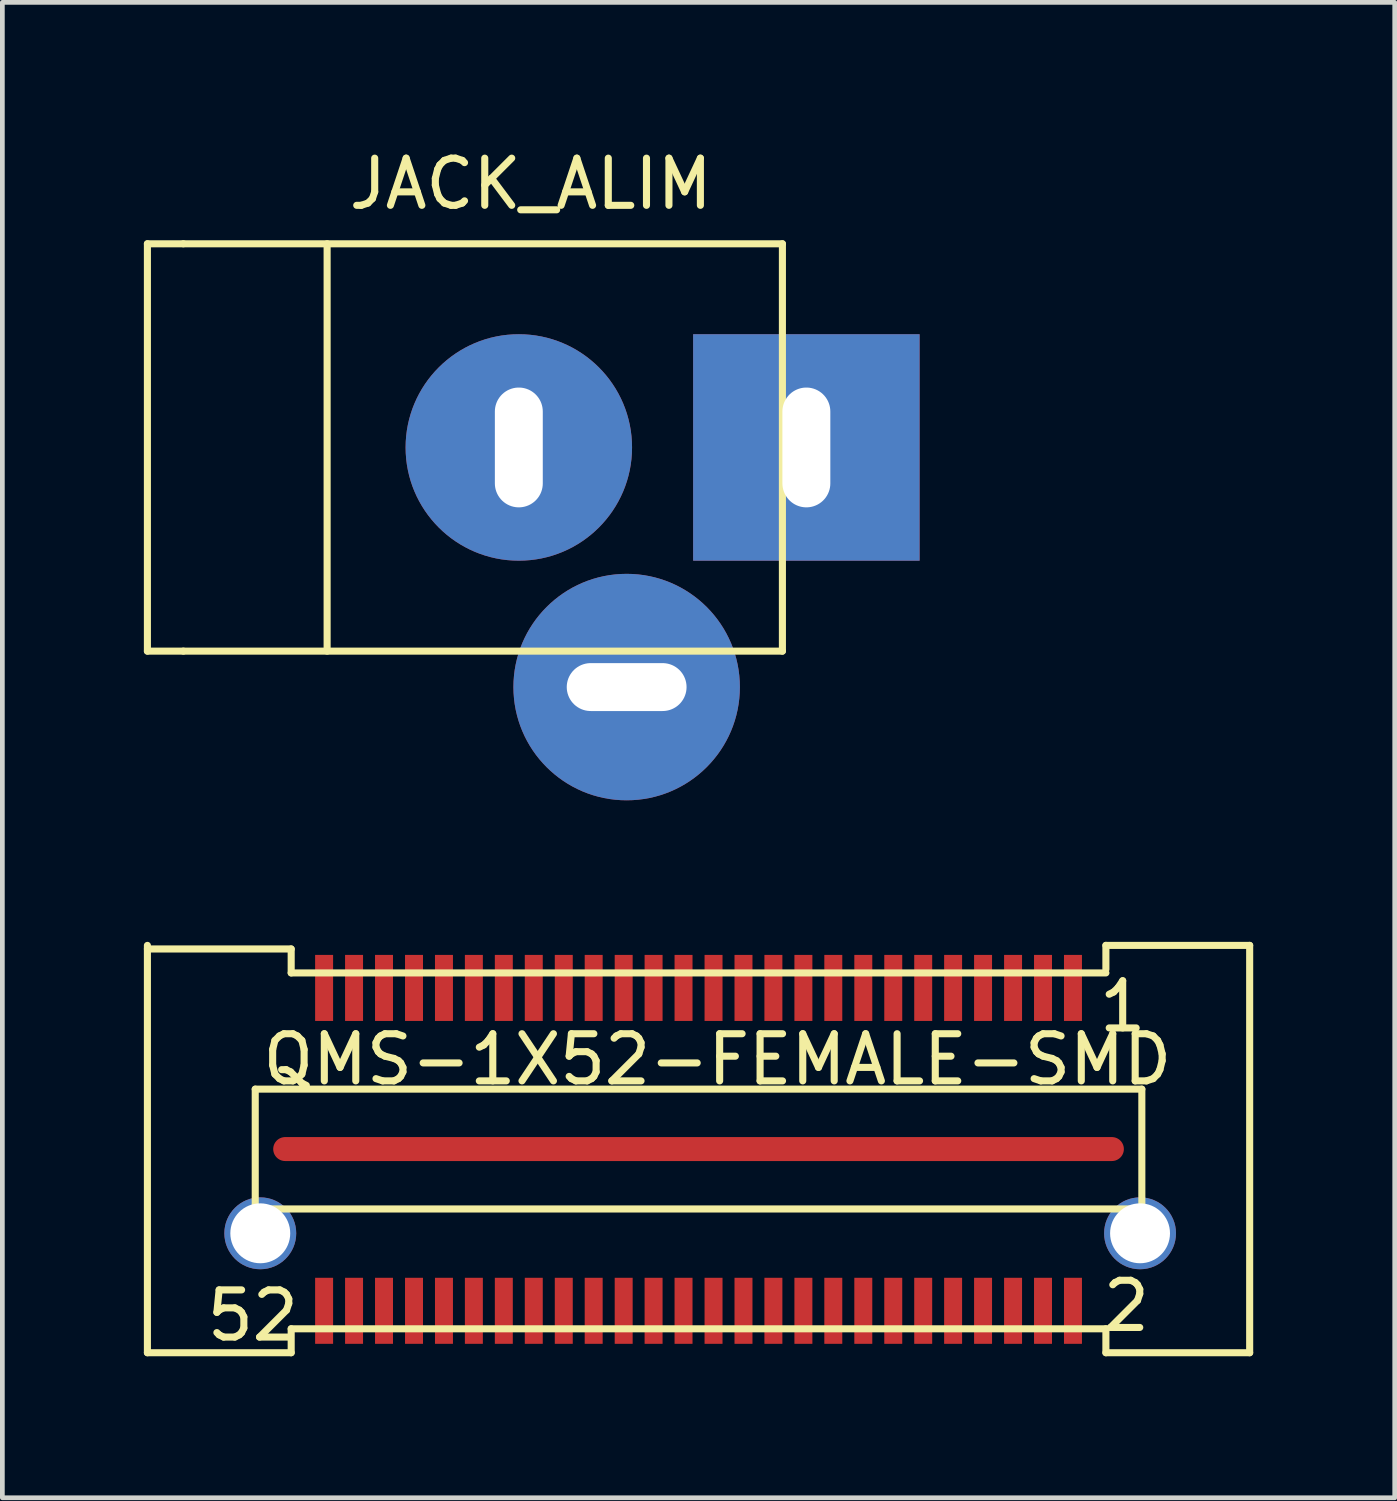
<source format=kicad_pcb>
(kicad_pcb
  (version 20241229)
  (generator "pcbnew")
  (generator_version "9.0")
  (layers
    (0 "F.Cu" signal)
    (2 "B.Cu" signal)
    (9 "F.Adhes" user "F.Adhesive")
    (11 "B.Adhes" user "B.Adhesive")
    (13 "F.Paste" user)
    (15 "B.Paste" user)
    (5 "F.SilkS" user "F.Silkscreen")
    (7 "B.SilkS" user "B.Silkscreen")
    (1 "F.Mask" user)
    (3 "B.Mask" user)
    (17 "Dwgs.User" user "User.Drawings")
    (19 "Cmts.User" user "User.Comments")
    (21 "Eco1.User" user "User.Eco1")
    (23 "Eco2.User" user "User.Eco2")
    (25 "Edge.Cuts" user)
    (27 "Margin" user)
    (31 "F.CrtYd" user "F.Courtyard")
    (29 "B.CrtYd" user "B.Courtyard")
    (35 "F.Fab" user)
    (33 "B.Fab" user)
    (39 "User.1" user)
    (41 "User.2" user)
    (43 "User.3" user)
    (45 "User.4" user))
  (footprint "QMS-1X52-FEMALE-SMD"
    (layer "F.Cu")
    (at 11.759 21.31)
    (property "Reference" "QMS-1X52-FEMALE-SMD" (at 0.4 -1.9 0) (layer "F.SilkS") (effects (font (size 1 1) (thickness 0.15))))
    (attr smd)
    (fp_line (start -11.684 -4.318) (end -11.684 4.318) (stroke (width 0.15) (type solid)) (layer "F.SilkS"))
    (fp_line (start -9.398 -1.27) (end -9.398 1.27) (stroke (width 0.15) (type solid)) (layer "F.SilkS"))
    (fp_line (start -9.398 1.27) (end 9.398 1.27) (stroke (width 0.15) (type solid)) (layer "F.SilkS"))
    (fp_line (start -8.636 -4.242) (end -11.684 -4.242) (stroke (width 0.15) (type solid)) (layer "F.SilkS"))
    (fp_line (start -8.636 -3.734) (end -8.636 -4.242) (stroke (width 0.15) (type solid)) (layer "F.SilkS"))
    (fp_line (start -8.636 3.81) (end 8.636 3.81) (stroke (width 0.15) (type solid)) (layer "F.SilkS"))
    (fp_line (start -8.636 4.318) (end -11.684 4.318) (stroke (width 0.15) (type solid)) (layer "F.SilkS"))
    (fp_line (start -8.636 4.318) (end -8.636 3.81) (stroke (width 0.15) (type solid)) (layer "F.SilkS"))
    (fp_line (start 8.636 -4.318) (end 8.636 -3.81) (stroke (width 0.15) (type solid)) (layer "F.SilkS"))
    (fp_line (start 8.636 -3.734) (end -8.636 -3.734) (stroke (width 0.15) (type solid)) (layer "F.SilkS"))
    (fp_line (start 8.636 3.81) (end 8.636 4.318) (stroke (width 0.15) (type solid)) (layer "F.SilkS"))
    (fp_line (start 8.636 4.318) (end 11.684 4.318) (stroke (width 0.15) (type solid)) (layer "F.SilkS"))
    (fp_line (start 9.398 -1.27) (end -9.398 -1.27) (stroke (width 0.15) (type solid)) (layer "F.SilkS"))
    (fp_line (start 9.398 1.27) (end 9.398 -1.27) (stroke (width 0.15) (type solid)) (layer "F.SilkS"))
    (fp_line (start 11.684 -4.318) (end 8.636 -4.318) (stroke (width 0.15) (type solid)) (layer "F.SilkS"))
    (fp_line (start 11.684 4.318) (end 11.684 -4.318) (stroke (width 0.15) (type solid)) (layer "F.SilkS"))
    (fp_text user "1" (at 8.992 -3.023 0) (layer "F.SilkS") (effects (font (size 1 1) (thickness 0.15))))
    (fp_text user "52" (at -9.449 3.531 0) (layer "F.SilkS") (effects (font (size 1 1) (thickness 0.15))))
    (fp_text user "2" (at 9.068 3.327 0) (layer "F.SilkS") (effects (font (size 1 1) (thickness 0.15))))
    (pad "" thru_hole circle (at -9.291 1.786) (size 1.524 1.524) (drill 1.27) (layers "*.Cu" "*.Mask"))
    (pad "" thru_hole circle (at 9.36 1.786) (size 1.524 1.524) (drill 1.27) (layers "*.Cu" "*.Mask"))
    (pad "1" smd rect (at 7.938 -3.416) (size 0.381 1.4) (layers "F.Cu" "F.Mask" "F.Paste"))
    (pad "2" smd rect (at 7.938 3.429) (size 0.381 1.4) (layers "F.Cu" "F.Mask" "F.Paste"))
    (pad "3" smd rect (at 7.303 -3.416) (size 0.381 1.4) (layers "F.Cu" "F.Mask" "F.Paste"))
    (pad "4" smd rect (at 7.303 3.429) (size 0.381 1.4) (layers "F.Cu" "F.Mask" "F.Paste"))
    (pad "5" smd rect (at 6.668 -3.416) (size 0.381 1.4) (layers "F.Cu" "F.Mask" "F.Paste"))
    (pad "6" smd rect (at 6.668 3.429) (size 0.381 1.4) (layers "F.Cu" "F.Mask" "F.Paste"))
    (pad "7" smd rect (at 6.032 -3.416) (size 0.381 1.4) (layers "F.Cu" "F.Mask" "F.Paste"))
    (pad "8" smd rect (at 6.032 3.429) (size 0.381 1.4) (layers "F.Cu" "F.Mask" "F.Paste"))
    (pad "9" smd rect (at 5.397 -3.416) (size 0.381 1.4) (layers "F.Cu" "F.Mask" "F.Paste"))
    (pad "10" smd rect (at 5.397 3.429) (size 0.381 1.4) (layers "F.Cu" "F.Mask" "F.Paste"))
    (pad "11" smd rect (at 4.763 -3.416) (size 0.381 1.4) (layers "F.Cu" "F.Mask" "F.Paste"))
    (pad "12" smd rect (at 4.763 3.429) (size 0.381 1.4) (layers "F.Cu" "F.Mask" "F.Paste"))
    (pad "13" smd rect (at 4.128 -3.416) (size 0.381 1.4) (layers "F.Cu" "F.Mask" "F.Paste"))
    (pad "14" smd rect (at 4.128 3.429) (size 0.381 1.4) (layers "F.Cu" "F.Mask" "F.Paste"))
    (pad "15" smd rect (at 3.493 -3.416) (size 0.381 1.4) (layers "F.Cu" "F.Mask" "F.Paste"))
    (pad "16" smd rect (at 3.493 3.429) (size 0.381 1.4) (layers "F.Cu" "F.Mask" "F.Paste"))
    (pad "17" smd rect (at 2.857 -3.416) (size 0.381 1.4) (layers "F.Cu" "F.Mask" "F.Paste"))
    (pad "18" smd rect (at 2.857 3.429) (size 0.381 1.4) (layers "F.Cu" "F.Mask" "F.Paste"))
    (pad "19" smd rect (at 2.223 -3.416) (size 0.381 1.4) (layers "F.Cu" "F.Mask" "F.Paste"))
    (pad "20" smd rect (at 2.223 3.429) (size 0.381 1.4) (layers "F.Cu" "F.Mask" "F.Paste"))
    (pad "21" smd rect (at 1.587 -3.416) (size 0.381 1.4) (layers "F.Cu" "F.Mask" "F.Paste"))
    (pad "22" smd rect (at 1.587 3.429) (size 0.381 1.4) (layers "F.Cu" "F.Mask" "F.Paste"))
    (pad "23" smd rect (at 0.953 -3.416) (size 0.381 1.4) (layers "F.Cu" "F.Mask" "F.Paste"))
    (pad "24" smd rect (at 0.953 3.429) (size 0.381 1.4) (layers "F.Cu" "F.Mask" "F.Paste"))
    (pad "25" smd rect (at 0.318 -3.416) (size 0.381 1.4) (layers "F.Cu" "F.Mask" "F.Paste"))
    (pad "26" smd rect (at 0.318 3.429) (size 0.381 1.4) (layers "F.Cu" "F.Mask" "F.Paste"))
    (pad "27" smd rect (at -0.318 -3.416) (size 0.381 1.4) (layers "F.Cu" "F.Mask" "F.Paste"))
    (pad "28" smd rect (at -0.318 3.429) (size 0.381 1.4) (layers "F.Cu" "F.Mask" "F.Paste"))
    (pad "29" smd rect (at -0.953 -3.416) (size 0.381 1.4) (layers "F.Cu" "F.Mask" "F.Paste"))
    (pad "30" smd rect (at -0.953 3.429) (size 0.381 1.4) (layers "F.Cu" "F.Mask" "F.Paste"))
    (pad "31" smd rect (at -1.587 -3.416) (size 0.381 1.4) (layers "F.Cu" "F.Mask" "F.Paste"))
    (pad "32" smd rect (at -1.587 3.429) (size 0.381 1.4) (layers "F.Cu" "F.Mask" "F.Paste"))
    (pad "33" smd rect (at -2.223 -3.416) (size 0.381 1.4) (layers "F.Cu" "F.Mask" "F.Paste"))
    (pad "34" smd rect (at -2.223 3.429) (size 0.381 1.4) (layers "F.Cu" "F.Mask" "F.Paste"))
    (pad "35" smd rect (at -2.857 -3.416) (size 0.381 1.4) (layers "F.Cu" "F.Mask" "F.Paste"))
    (pad "36" smd rect (at -2.857 3.429) (size 0.381 1.4) (layers "F.Cu" "F.Mask" "F.Paste"))
    (pad "37" smd rect (at -3.493 -3.416) (size 0.381 1.4) (layers "F.Cu" "F.Mask" "F.Paste"))
    (pad "38" smd rect (at -3.493 3.429) (size 0.381 1.4) (layers "F.Cu" "F.Mask" "F.Paste"))
    (pad "39" smd rect (at -4.128 -3.416) (size 0.381 1.4) (layers "F.Cu" "F.Mask" "F.Paste"))
    (pad "40" smd rect (at -4.128 3.429) (size 0.381 1.4) (layers "F.Cu" "F.Mask" "F.Paste"))
    (pad "41" smd rect (at -4.763 -3.416) (size 0.381 1.4) (layers "F.Cu" "F.Mask" "F.Paste"))
    (pad "42" smd rect (at -4.763 3.429) (size 0.381 1.4) (layers "F.Cu" "F.Mask" "F.Paste"))
    (pad "43" smd rect (at -5.397 -3.416) (size 0.381 1.4) (layers "F.Cu" "F.Mask" "F.Paste"))
    (pad "44" smd rect (at -5.397 3.429) (size 0.381 1.4) (layers "F.Cu" "F.Mask" "F.Paste"))
    (pad "45" smd rect (at -6.032 -3.416) (size 0.381 1.4) (layers "F.Cu" "F.Mask" "F.Paste"))
    (pad "46" smd rect (at -6.032 3.429) (size 0.381 1.4) (layers "F.Cu" "F.Mask" "F.Paste"))
    (pad "47" smd rect (at -6.668 -3.416) (size 0.381 1.4) (layers "F.Cu" "F.Mask" "F.Paste"))
    (pad "48" smd rect (at -6.668 3.429) (size 0.381 1.4) (layers "F.Cu" "F.Mask" "F.Paste"))
    (pad "49" smd rect (at -7.303 -3.416) (size 0.381 1.4) (layers "F.Cu" "F.Mask" "F.Paste"))
    (pad "50" smd rect (at -7.303 3.429) (size 0.381 1.4) (layers "F.Cu" "F.Mask" "F.Paste"))
    (pad "51" smd rect (at -7.938 -3.416) (size 0.381 1.4) (layers "F.Cu" "F.Mask" "F.Paste"))
    (pad "52" smd rect (at -7.938 3.429) (size 0.381 1.4) (layers "F.Cu" "F.Mask" "F.Paste"))
    (pad "53" smd oval (at 0 0) (size 18.034 0.508) (layers "F.Cu" "F.Mask" "F.Paste")))
  (footprint "JACK_ALIM"
    (layer "F.Cu")
    (at 7.949 6.436)
    (property "Reference" "JACK_ALIM" (at 0.254 -5.588 0) (layer "F.SilkS") (effects (font (size 1 1) (thickness 0.15))))
    (attr through_hole)
    (fp_line (start -7.874 -4.318) (end -7.874 4.318) (stroke (width 0.15) (type solid)) (layer "F.SilkS"))
    (fp_line (start -7.874 4.318) (end -7.112 4.318) (stroke (width 0.15) (type solid)) (layer "F.SilkS"))
    (fp_line (start -7.112 -4.318) (end -7.874 -4.318) (stroke (width 0.15) (type solid)) (layer "F.SilkS"))
    (fp_line (start -7.112 -4.318) (end 5.588 -4.318) (stroke (width 0.15) (type solid)) (layer "F.SilkS"))
    (fp_line (start -7.112 4.318) (end 5.588 4.318) (stroke (width 0.15) (type solid)) (layer "F.SilkS"))
    (fp_line (start -4.064 -4.318) (end -4.064 4.318) (stroke (width 0.15) (type solid)) (layer "F.SilkS"))
    (fp_line (start 5.588 -4.318) (end 5.588 4.318) (stroke (width 0.15) (type solid)) (layer "F.SilkS"))
    (pad "1" thru_hole rect (at 6.096 0) (size 4.801 4.801) (drill oval 1.016 2.54) (layers "*.Cu" "*.Mask"))
    (pad "2" thru_hole circle (at 0 0) (size 4.801 4.801) (drill oval 1.016 2.54) (layers "*.Cu" "*.Mask"))
    (pad "3" thru_hole circle (at 2.286 5.08) (size 4.801 4.801) (drill oval 2.54 1.016) (layers "*.Cu" "*.Mask")))
  (gr_rect
    (start -3 -3)
    (end 26.518 28.703)
    (stroke (width 0.1) (type default))
    (fill no)
    (layer "Edge.Cuts")))
</source>
